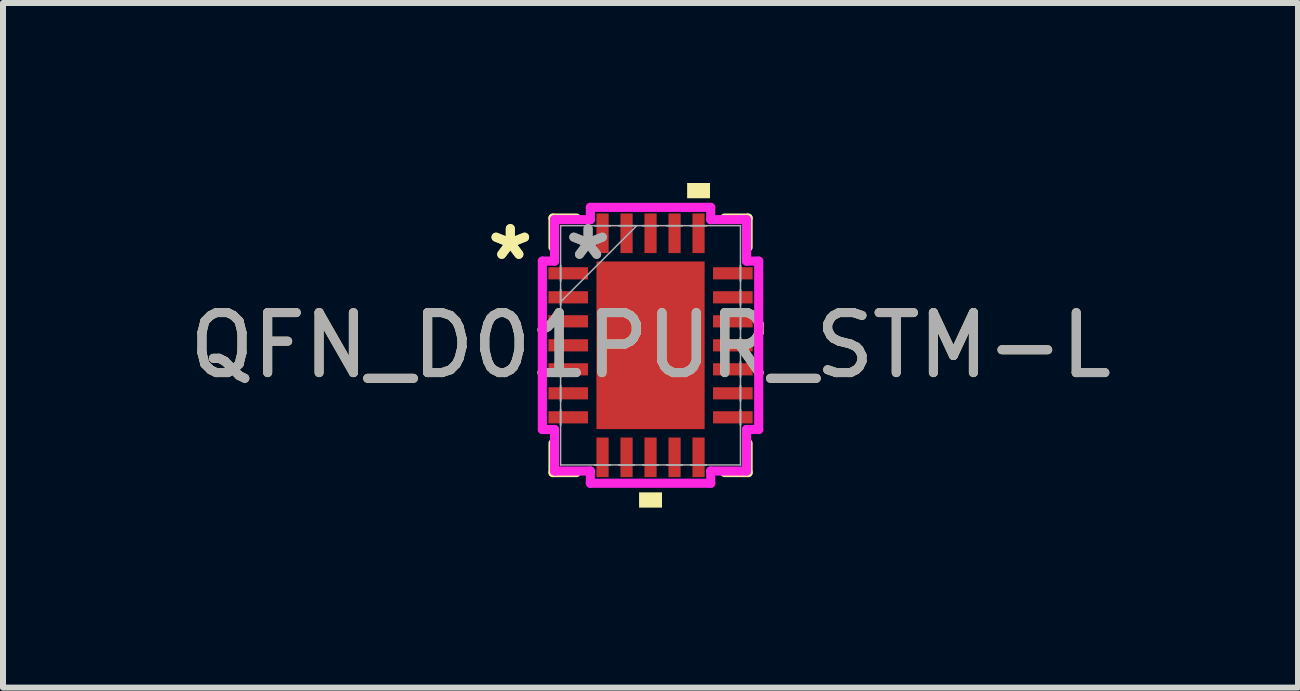
<source format=kicad_pcb>
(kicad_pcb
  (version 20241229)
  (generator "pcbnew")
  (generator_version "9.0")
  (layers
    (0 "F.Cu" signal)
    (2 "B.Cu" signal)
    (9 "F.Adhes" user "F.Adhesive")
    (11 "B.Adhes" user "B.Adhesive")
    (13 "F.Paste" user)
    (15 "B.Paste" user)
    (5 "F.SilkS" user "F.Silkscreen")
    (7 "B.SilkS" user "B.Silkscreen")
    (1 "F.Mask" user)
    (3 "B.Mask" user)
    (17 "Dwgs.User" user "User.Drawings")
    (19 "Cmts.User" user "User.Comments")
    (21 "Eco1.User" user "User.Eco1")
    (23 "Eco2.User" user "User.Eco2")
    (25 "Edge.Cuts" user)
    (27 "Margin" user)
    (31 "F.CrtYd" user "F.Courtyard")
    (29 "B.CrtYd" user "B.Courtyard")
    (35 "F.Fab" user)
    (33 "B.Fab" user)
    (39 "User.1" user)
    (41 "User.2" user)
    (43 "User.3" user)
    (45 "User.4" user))
  (footprint "QFN_D01PUR_STM-L"
    (layer "F.Cu")
    (at 7.792 2.705)
    (property "Reference" "QFN_D01PUR_STM-L" (at 0 0 0) (unlocked yes) (layer "F.SilkS") (effects (font (size 1 1) (thickness 0.15))))
    (attr smd)
    (fp_line (start -1.626 -2.121) (end -1.626 -1.634) (stroke (width 0.152) (type solid)) (layer "F.SilkS"))
    (fp_line (start -1.626 1.634) (end -1.626 2.121) (stroke (width 0.152) (type solid)) (layer "F.SilkS"))
    (fp_line (start -1.626 2.121) (end -1.234 2.121) (stroke (width 0.152) (type solid)) (layer "F.SilkS"))
    (fp_line (start -1.234 -2.121) (end -1.626 -2.121) (stroke (width 0.152) (type solid)) (layer "F.SilkS"))
    (fp_line (start 1.234 2.121) (end 1.626 2.121) (stroke (width 0.152) (type solid)) (layer "F.SilkS"))
    (fp_line (start 1.626 -2.121) (end 1.234 -2.121) (stroke (width 0.152) (type solid)) (layer "F.SilkS"))
    (fp_line (start 1.626 -1.634) (end 1.626 -2.121) (stroke (width 0.152) (type solid)) (layer "F.SilkS"))
    (fp_line (start 1.626 2.121) (end 1.626 1.634) (stroke (width 0.152) (type solid)) (layer "F.SilkS"))
    (fp_poly (pts (xy -0.191 2.451) (xy -0.191 2.705) (xy 0.191 2.705) (xy 0.191 2.451)) (stroke (width 0) (type solid)) (fill yes) (layer "F.SilkS"))
    (fp_poly (pts (xy 0.61 -2.451) (xy 0.61 -2.705) (xy 0.991 -2.705) (xy 0.991 -2.451)) (stroke (width 0) (type solid)) (fill yes) (layer "F.SilkS"))
    (fp_poly (pts (xy -0.802 -1.297) (xy -0.802 -0.1) (xy 0.802 -0.1) (xy 0.802 -1.297)) (stroke (width 0) (type solid)) (fill yes) (layer "F.Paste"))
    (fp_poly (pts (xy -0.802 0.1) (xy -0.802 1.297) (xy 0.802 1.297) (xy 0.802 0.1)) (stroke (width 0) (type solid)) (fill yes) (layer "F.Paste"))
    (fp_line (start -1.803 -1.403) (end -1.6 -1.403) (stroke (width 0.152) (type solid)) (layer "F.CrtYd"))
    (fp_line (start -1.803 1.403) (end -1.803 -1.403) (stroke (width 0.152) (type solid)) (layer "F.CrtYd"))
    (fp_line (start -1.6 -2.095) (end -1.003 -2.095) (stroke (width 0.152) (type solid)) (layer "F.CrtYd"))
    (fp_line (start -1.6 -1.403) (end -1.6 -2.095) (stroke (width 0.152) (type solid)) (layer "F.CrtYd"))
    (fp_line (start -1.6 1.403) (end -1.803 1.403) (stroke (width 0.152) (type solid)) (layer "F.CrtYd"))
    (fp_line (start -1.6 2.095) (end -1.6 1.403) (stroke (width 0.152) (type solid)) (layer "F.CrtYd"))
    (fp_line (start -1.003 -2.299) (end 1.003 -2.299) (stroke (width 0.152) (type solid)) (layer "F.CrtYd"))
    (fp_line (start -1.003 -2.095) (end -1.003 -2.299) (stroke (width 0.152) (type solid)) (layer "F.CrtYd"))
    (fp_line (start -1.003 2.095) (end -1.6 2.095) (stroke (width 0.152) (type solid)) (layer "F.CrtYd"))
    (fp_line (start -1.003 2.299) (end -1.003 2.095) (stroke (width 0.152) (type solid)) (layer "F.CrtYd"))
    (fp_line (start 1.003 -2.299) (end 1.003 -2.095) (stroke (width 0.152) (type solid)) (layer "F.CrtYd"))
    (fp_line (start 1.003 -2.095) (end 1.6 -2.095) (stroke (width 0.152) (type solid)) (layer "F.CrtYd"))
    (fp_line (start 1.003 2.095) (end 1.003 2.299) (stroke (width 0.152) (type solid)) (layer "F.CrtYd"))
    (fp_line (start 1.003 2.299) (end -1.003 2.299) (stroke (width 0.152) (type solid)) (layer "F.CrtYd"))
    (fp_line (start 1.6 -2.095) (end 1.6 -1.403) (stroke (width 0.152) (type solid)) (layer "F.CrtYd"))
    (fp_line (start 1.6 -1.403) (end 1.803 -1.403) (stroke (width 0.152) (type solid)) (layer "F.CrtYd"))
    (fp_line (start 1.6 1.403) (end 1.6 2.095) (stroke (width 0.152) (type solid)) (layer "F.CrtYd"))
    (fp_line (start 1.6 2.095) (end 1.003 2.095) (stroke (width 0.152) (type solid)) (layer "F.CrtYd"))
    (fp_line (start 1.803 -1.403) (end 1.803 1.403) (stroke (width 0.152) (type solid)) (layer "F.CrtYd"))
    (fp_line (start 1.803 1.403) (end 1.6 1.403) (stroke (width 0.152) (type solid)) (layer "F.CrtYd"))
    (fp_line (start -1.499 -1.994) (end -1.499 -1.994) (stroke (width 0.025) (type solid)) (layer "F.Fab"))
    (fp_line (start -1.499 -1.994) (end -1.499 1.994) (stroke (width 0.025) (type solid)) (layer "F.Fab"))
    (fp_line (start -1.499 -1.327) (end -1.499 -1.327) (stroke (width 0.025) (type solid)) (layer "F.Fab"))
    (fp_line (start -1.499 -1.327) (end -1.499 -1.073) (stroke (width 0.025) (type solid)) (layer "F.Fab"))
    (fp_line (start -1.499 -1.073) (end -1.499 -1.327) (stroke (width 0.025) (type solid)) (layer "F.Fab"))
    (fp_line (start -1.499 -1.073) (end -1.499 -1.073) (stroke (width 0.025) (type solid)) (layer "F.Fab"))
    (fp_line (start -1.499 -0.927) (end -1.499 -0.927) (stroke (width 0.025) (type solid)) (layer "F.Fab"))
    (fp_line (start -1.499 -0.927) (end -1.499 -0.673) (stroke (width 0.025) (type solid)) (layer "F.Fab"))
    (fp_line (start -1.499 -0.724) (end -0.229 -1.994) (stroke (width 0.025) (type solid)) (layer "F.Fab"))
    (fp_line (start -1.499 -0.673) (end -1.499 -0.927) (stroke (width 0.025) (type solid)) (layer "F.Fab"))
    (fp_line (start -1.499 -0.673) (end -1.499 -0.673) (stroke (width 0.025) (type solid)) (layer "F.Fab"))
    (fp_line (start -1.499 -0.527) (end -1.499 -0.527) (stroke (width 0.025) (type solid)) (layer "F.Fab"))
    (fp_line (start -1.499 -0.527) (end -1.499 -0.273) (stroke (width 0.025) (type solid)) (layer "F.Fab"))
    (fp_line (start -1.499 -0.273) (end -1.499 -0.527) (stroke (width 0.025) (type solid)) (layer "F.Fab"))
    (fp_line (start -1.499 -0.273) (end -1.499 -0.273) (stroke (width 0.025) (type solid)) (layer "F.Fab"))
    (fp_line (start -1.499 -0.127) (end -1.499 -0.127) (stroke (width 0.025) (type solid)) (layer "F.Fab"))
    (fp_line (start -1.499 -0.127) (end -1.499 0.127) (stroke (width 0.025) (type solid)) (layer "F.Fab"))
    (fp_line (start -1.499 0.127) (end -1.499 -0.127) (stroke (width 0.025) (type solid)) (layer "F.Fab"))
    (fp_line (start -1.499 0.127) (end -1.499 0.127) (stroke (width 0.025) (type solid)) (layer "F.Fab"))
    (fp_line (start -1.499 0.273) (end -1.499 0.273) (stroke (width 0.025) (type solid)) (layer "F.Fab"))
    (fp_line (start -1.499 0.273) (end -1.499 0.527) (stroke (width 0.025) (type solid)) (layer "F.Fab"))
    (fp_line (start -1.499 0.527) (end -1.499 0.273) (stroke (width 0.025) (type solid)) (layer "F.Fab"))
    (fp_line (start -1.499 0.527) (end -1.499 0.527) (stroke (width 0.025) (type solid)) (layer "F.Fab"))
    (fp_line (start -1.499 0.673) (end -1.499 0.673) (stroke (width 0.025) (type solid)) (layer "F.Fab"))
    (fp_line (start -1.499 0.673) (end -1.499 0.927) (stroke (width 0.025) (type solid)) (layer "F.Fab"))
    (fp_line (start -1.499 0.927) (end -1.499 0.673) (stroke (width 0.025) (type solid)) (layer "F.Fab"))
    (fp_line (start -1.499 0.927) (end -1.499 0.927) (stroke (width 0.025) (type solid)) (layer "F.Fab"))
    (fp_line (start -1.499 1.073) (end -1.499 1.073) (stroke (width 0.025) (type solid)) (layer "F.Fab"))
    (fp_line (start -1.499 1.073) (end -1.499 1.327) (stroke (width 0.025) (type solid)) (layer "F.Fab"))
    (fp_line (start -1.499 1.327) (end -1.499 1.073) (stroke (width 0.025) (type solid)) (layer "F.Fab"))
    (fp_line (start -1.499 1.327) (end -1.499 1.327) (stroke (width 0.025) (type solid)) (layer "F.Fab"))
    (fp_line (start -1.499 1.994) (end -1.499 1.994) (stroke (width 0.025) (type solid)) (layer "F.Fab"))
    (fp_line (start -1.499 1.994) (end 1.499 1.994) (stroke (width 0.025) (type solid)) (layer "F.Fab"))
    (fp_line (start -0.927 -1.994) (end -0.927 -1.994) (stroke (width 0.025) (type solid)) (layer "F.Fab"))
    (fp_line (start -0.927 -1.994) (end -0.673 -1.994) (stroke (width 0.025) (type solid)) (layer "F.Fab"))
    (fp_line (start -0.927 1.994) (end -0.927 1.994) (stroke (width 0.025) (type solid)) (layer "F.Fab"))
    (fp_line (start -0.927 1.994) (end -0.673 1.994) (stroke (width 0.025) (type solid)) (layer "F.Fab"))
    (fp_line (start -0.673 -1.994) (end -0.927 -1.994) (stroke (width 0.025) (type solid)) (layer "F.Fab"))
    (fp_line (start -0.673 -1.994) (end -0.673 -1.994) (stroke (width 0.025) (type solid)) (layer "F.Fab"))
    (fp_line (start -0.673 1.994) (end -0.927 1.994) (stroke (width 0.025) (type solid)) (layer "F.Fab"))
    (fp_line (start -0.673 1.994) (end -0.673 1.994) (stroke (width 0.025) (type solid)) (layer "F.Fab"))
    (fp_line (start -0.527 -1.994) (end -0.527 -1.994) (stroke (width 0.025) (type solid)) (layer "F.Fab"))
    (fp_line (start -0.527 -1.994) (end -0.273 -1.994) (stroke (width 0.025) (type solid)) (layer "F.Fab"))
    (fp_line (start -0.527 1.994) (end -0.527 1.994) (stroke (width 0.025) (type solid)) (layer "F.Fab"))
    (fp_line (start -0.527 1.994) (end -0.273 1.994) (stroke (width 0.025) (type solid)) (layer "F.Fab"))
    (fp_line (start -0.273 -1.994) (end -0.527 -1.994) (stroke (width 0.025) (type solid)) (layer "F.Fab"))
    (fp_line (start -0.273 -1.994) (end -0.273 -1.994) (stroke (width 0.025) (type solid)) (layer "F.Fab"))
    (fp_line (start -0.273 1.994) (end -0.527 1.994) (stroke (width 0.025) (type solid)) (layer "F.Fab"))
    (fp_line (start -0.273 1.994) (end -0.273 1.994) (stroke (width 0.025) (type solid)) (layer "F.Fab"))
    (fp_line (start -0.127 -1.994) (end -0.127 -1.994) (stroke (width 0.025) (type solid)) (layer "F.Fab"))
    (fp_line (start -0.127 -1.994) (end 0.127 -1.994) (stroke (width 0.025) (type solid)) (layer "F.Fab"))
    (fp_line (start -0.127 1.994) (end -0.127 1.994) (stroke (width 0.025) (type solid)) (layer "F.Fab"))
    (fp_line (start -0.127 1.994) (end 0.127 1.994) (stroke (width 0.025) (type solid)) (layer "F.Fab"))
    (fp_line (start 0.127 -1.994) (end -0.127 -1.994) (stroke (width 0.025) (type solid)) (layer "F.Fab"))
    (fp_line (start 0.127 -1.994) (end 0.127 -1.994) (stroke (width 0.025) (type solid)) (layer "F.Fab"))
    (fp_line (start 0.127 1.994) (end -0.127 1.994) (stroke (width 0.025) (type solid)) (layer "F.Fab"))
    (fp_line (start 0.127 1.994) (end 0.127 1.994) (stroke (width 0.025) (type solid)) (layer "F.Fab"))
    (fp_line (start 0.273 -1.994) (end 0.273 -1.994) (stroke (width 0.025) (type solid)) (layer "F.Fab"))
    (fp_line (start 0.273 -1.994) (end 0.527 -1.994) (stroke (width 0.025) (type solid)) (layer "F.Fab"))
    (fp_line (start 0.273 1.994) (end 0.273 1.994) (stroke (width 0.025) (type solid)) (layer "F.Fab"))
    (fp_line (start 0.273 1.994) (end 0.527 1.994) (stroke (width 0.025) (type solid)) (layer "F.Fab"))
    (fp_line (start 0.527 -1.994) (end 0.273 -1.994) (stroke (width 0.025) (type solid)) (layer "F.Fab"))
    (fp_line (start 0.527 -1.994) (end 0.527 -1.994) (stroke (width 0.025) (type solid)) (layer "F.Fab"))
    (fp_line (start 0.527 1.994) (end 0.273 1.994) (stroke (width 0.025) (type solid)) (layer "F.Fab"))
    (fp_line (start 0.527 1.994) (end 0.527 1.994) (stroke (width 0.025) (type solid)) (layer "F.Fab"))
    (fp_line (start 0.673 -1.994) (end 0.673 -1.994) (stroke (width 0.025) (type solid)) (layer "F.Fab"))
    (fp_line (start 0.673 -1.994) (end 0.927 -1.994) (stroke (width 0.025) (type solid)) (layer "F.Fab"))
    (fp_line (start 0.673 1.994) (end 0.673 1.994) (stroke (width 0.025) (type solid)) (layer "F.Fab"))
    (fp_line (start 0.673 1.994) (end 0.927 1.994) (stroke (width 0.025) (type solid)) (layer "F.Fab"))
    (fp_line (start 0.927 -1.994) (end 0.673 -1.994) (stroke (width 0.025) (type solid)) (layer "F.Fab"))
    (fp_line (start 0.927 -1.994) (end 0.927 -1.994) (stroke (width 0.025) (type solid)) (layer "F.Fab"))
    (fp_line (start 0.927 1.994) (end 0.673 1.994) (stroke (width 0.025) (type solid)) (layer "F.Fab"))
    (fp_line (start 0.927 1.994) (end 0.927 1.994) (stroke (width 0.025) (type solid)) (layer "F.Fab"))
    (fp_line (start 1.499 -1.994) (end -1.499 -1.994) (stroke (width 0.025) (type solid)) (layer "F.Fab"))
    (fp_line (start 1.499 -1.994) (end 1.499 -1.994) (stroke (width 0.025) (type solid)) (layer "F.Fab"))
    (fp_line (start 1.499 -1.327) (end 1.499 -1.327) (stroke (width 0.025) (type solid)) (layer "F.Fab"))
    (fp_line (start 1.499 -1.327) (end 1.499 -1.073) (stroke (width 0.025) (type solid)) (layer "F.Fab"))
    (fp_line (start 1.499 -1.073) (end 1.499 -1.327) (stroke (width 0.025) (type solid)) (layer "F.Fab"))
    (fp_line (start 1.499 -1.073) (end 1.499 -1.073) (stroke (width 0.025) (type solid)) (layer "F.Fab"))
    (fp_line (start 1.499 -0.927) (end 1.499 -0.927) (stroke (width 0.025) (type solid)) (layer "F.Fab"))
    (fp_line (start 1.499 -0.927) (end 1.499 -0.673) (stroke (width 0.025) (type solid)) (layer "F.Fab"))
    (fp_line (start 1.499 -0.673) (end 1.499 -0.927) (stroke (width 0.025) (type solid)) (layer "F.Fab"))
    (fp_line (start 1.499 -0.673) (end 1.499 -0.673) (stroke (width 0.025) (type solid)) (layer "F.Fab"))
    (fp_line (start 1.499 -0.527) (end 1.499 -0.527) (stroke (width 0.025) (type solid)) (layer "F.Fab"))
    (fp_line (start 1.499 -0.527) (end 1.499 -0.273) (stroke (width 0.025) (type solid)) (layer "F.Fab"))
    (fp_line (start 1.499 -0.273) (end 1.499 -0.527) (stroke (width 0.025) (type solid)) (layer "F.Fab"))
    (fp_line (start 1.499 -0.273) (end 1.499 -0.273) (stroke (width 0.025) (type solid)) (layer "F.Fab"))
    (fp_line (start 1.499 -0.127) (end 1.499 -0.127) (stroke (width 0.025) (type solid)) (layer "F.Fab"))
    (fp_line (start 1.499 -0.127) (end 1.499 0.127) (stroke (width 0.025) (type solid)) (layer "F.Fab"))
    (fp_line (start 1.499 0.127) (end 1.499 -0.127) (stroke (width 0.025) (type solid)) (layer "F.Fab"))
    (fp_line (start 1.499 0.127) (end 1.499 0.127) (stroke (width 0.025) (type solid)) (layer "F.Fab"))
    (fp_line (start 1.499 0.273) (end 1.499 0.273) (stroke (width 0.025) (type solid)) (layer "F.Fab"))
    (fp_line (start 1.499 0.273) (end 1.499 0.527) (stroke (width 0.025) (type solid)) (layer "F.Fab"))
    (fp_line (start 1.499 0.527) (end 1.499 0.273) (stroke (width 0.025) (type solid)) (layer "F.Fab"))
    (fp_line (start 1.499 0.527) (end 1.499 0.527) (stroke (width 0.025) (type solid)) (layer "F.Fab"))
    (fp_line (start 1.499 0.673) (end 1.499 0.673) (stroke (width 0.025) (type solid)) (layer "F.Fab"))
    (fp_line (start 1.499 0.673) (end 1.499 0.927) (stroke (width 0.025) (type solid)) (layer "F.Fab"))
    (fp_line (start 1.499 0.927) (end 1.499 0.673) (stroke (width 0.025) (type solid)) (layer "F.Fab"))
    (fp_line (start 1.499 0.927) (end 1.499 0.927) (stroke (width 0.025) (type solid)) (layer "F.Fab"))
    (fp_line (start 1.499 1.073) (end 1.499 1.073) (stroke (width 0.025) (type solid)) (layer "F.Fab"))
    (fp_line (start 1.499 1.073) (end 1.499 1.327) (stroke (width 0.025) (type solid)) (layer "F.Fab"))
    (fp_line (start 1.499 1.327) (end 1.499 1.073) (stroke (width 0.025) (type solid)) (layer "F.Fab"))
    (fp_line (start 1.499 1.327) (end 1.499 1.327) (stroke (width 0.025) (type solid)) (layer "F.Fab"))
    (fp_line (start 1.499 1.994) (end 1.499 -1.994) (stroke (width 0.025) (type solid)) (layer "F.Fab"))
    (fp_line (start 1.499 1.994) (end 1.499 1.994) (stroke (width 0.025) (type solid)) (layer "F.Fab"))
    (fp_text user "*" (at -2.337 -1.4 0) (unlocked yes) (layer "F.SilkS") (effects (font (size 1 1) (thickness 0.15))))
    (fp_text user "*" (at -2.337 -1.4 0) (layer "F.SilkS") (effects (font (size 1 1) (thickness 0.15))))
    (fp_text user "${REFERENCE}" (at 0 0 0) (unlocked yes) (layer "F.Fab") (effects (font (size 1 1) (thickness 0.15))))
    (fp_text user "*" (at -1.041 -1.4 0) (layer "F.Fab") (effects (font (size 1 1) (thickness 0.15))))
    (fp_text user "*" (at -1.041 -1.4 0) (unlocked yes) (layer "F.Fab") (effects (font (size 1 1) (thickness 0.15))))
    (pad "1" smd rect (at -1.372 -1.2 90) (size 0.203 0.66) (layers "F.Cu" "F.Mask" "F.Paste"))
    (pad "2" smd rect (at -1.372 -0.8 90) (size 0.203 0.66) (layers "F.Cu" "F.Mask" "F.Paste"))
    (pad "3" smd rect (at -1.372 -0.4 90) (size 0.203 0.66) (layers "F.Cu" "F.Mask" "F.Paste"))
    (pad "4" smd rect (at -1.372 0 90) (size 0.203 0.66) (layers "F.Cu" "F.Mask" "F.Paste"))
    (pad "5" smd rect (at -1.372 0.4 90) (size 0.203 0.66) (layers "F.Cu" "F.Mask" "F.Paste"))
    (pad "6" smd rect (at -1.372 0.8 90) (size 0.203 0.66) (layers "F.Cu" "F.Mask" "F.Paste"))
    (pad "7" smd rect (at -1.372 1.2 90) (size 0.203 0.66) (layers "F.Cu" "F.Mask" "F.Paste"))
    (pad "8" smd rect (at -0.8 1.867) (size 0.203 0.66) (layers "F.Cu" "F.Mask" "F.Paste"))
    (pad "9" smd rect (at -0.4 1.867) (size 0.203 0.66) (layers "F.Cu" "F.Mask" "F.Paste"))
    (pad "10" smd rect (at 0 1.867) (size 0.203 0.66) (layers "F.Cu" "F.Mask" "F.Paste"))
    (pad "11" smd rect (at 0.4 1.867) (size 0.203 0.66) (layers "F.Cu" "F.Mask" "F.Paste"))
    (pad "12" smd rect (at 0.8 1.867) (size 0.203 0.66) (layers "F.Cu" "F.Mask" "F.Paste"))
    (pad "13" smd rect (at 1.372 1.2 90) (size 0.203 0.66) (layers "F.Cu" "F.Mask" "F.Paste"))
    (pad "14" smd rect (at 1.372 0.8 90) (size 0.203 0.66) (layers "F.Cu" "F.Mask" "F.Paste"))
    (pad "15" smd rect (at 1.372 0.4 90) (size 0.203 0.66) (layers "F.Cu" "F.Mask" "F.Paste"))
    (pad "16" smd rect (at 1.372 0 90) (size 0.203 0.66) (layers "F.Cu" "F.Mask" "F.Paste"))
    (pad "17" smd rect (at 1.372 -0.4 90) (size 0.203 0.66) (layers "F.Cu" "F.Mask" "F.Paste"))
    (pad "18" smd rect (at 1.372 -0.8 90) (size 0.203 0.66) (layers "F.Cu" "F.Mask" "F.Paste"))
    (pad "19" smd rect (at 1.372 -1.2 90) (size 0.203 0.66) (layers "F.Cu" "F.Mask" "F.Paste"))
    (pad "20" smd rect (at 0.8 -1.867) (size 0.203 0.66) (layers "F.Cu" "F.Mask" "F.Paste"))
    (pad "21" smd rect (at 0.4 -1.867) (size 0.203 0.66) (layers "F.Cu" "F.Mask" "F.Paste"))
    (pad "22" smd rect (at 0 -1.867) (size 0.203 0.66) (layers "F.Cu" "F.Mask" "F.Paste"))
    (pad "23" smd rect (at -0.4 -1.867) (size 0.203 0.66) (layers "F.Cu" "F.Mask" "F.Paste"))
    (pad "24" smd rect (at -0.8 -1.867) (size 0.203 0.66) (layers "F.Cu" "F.Mask" "F.Paste"))
    (pad "25" smd rect (at 0 0) (size 1.803 2.794) (layers "F.Cu" "F.Mask" "F.Paste")))
  (gr_rect
    (start -3 -3)
    (end 18.583 8.41)
    (stroke (width 0.1) (type default))
    (fill no)
    (layer "Edge.Cuts")))
</source>
